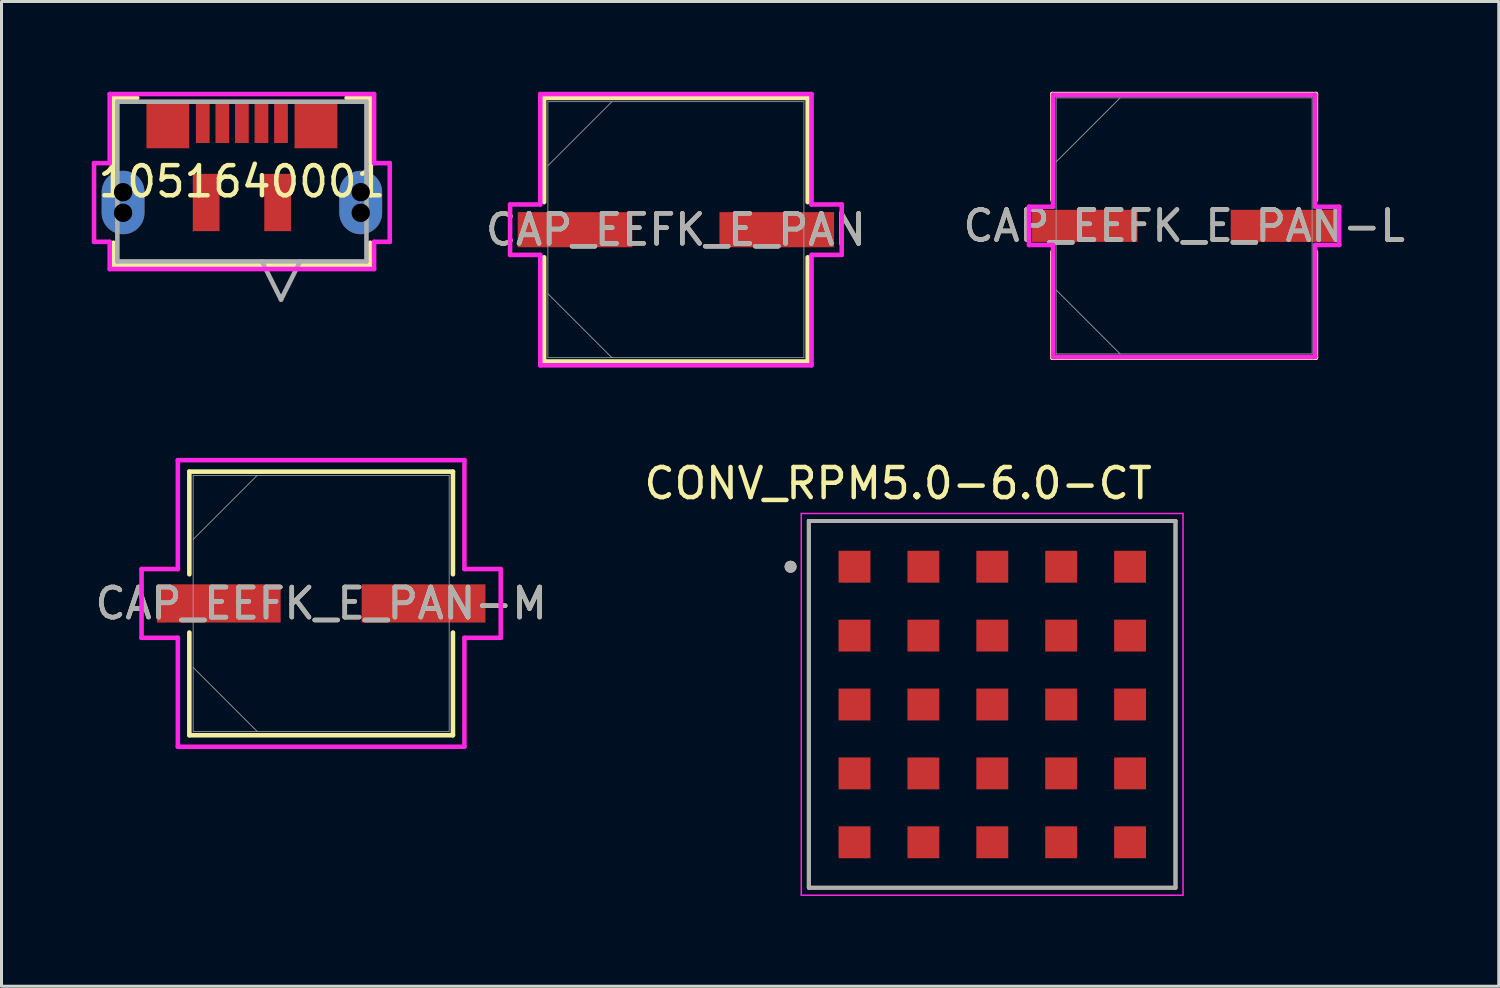
<source format=kicad_pcb>
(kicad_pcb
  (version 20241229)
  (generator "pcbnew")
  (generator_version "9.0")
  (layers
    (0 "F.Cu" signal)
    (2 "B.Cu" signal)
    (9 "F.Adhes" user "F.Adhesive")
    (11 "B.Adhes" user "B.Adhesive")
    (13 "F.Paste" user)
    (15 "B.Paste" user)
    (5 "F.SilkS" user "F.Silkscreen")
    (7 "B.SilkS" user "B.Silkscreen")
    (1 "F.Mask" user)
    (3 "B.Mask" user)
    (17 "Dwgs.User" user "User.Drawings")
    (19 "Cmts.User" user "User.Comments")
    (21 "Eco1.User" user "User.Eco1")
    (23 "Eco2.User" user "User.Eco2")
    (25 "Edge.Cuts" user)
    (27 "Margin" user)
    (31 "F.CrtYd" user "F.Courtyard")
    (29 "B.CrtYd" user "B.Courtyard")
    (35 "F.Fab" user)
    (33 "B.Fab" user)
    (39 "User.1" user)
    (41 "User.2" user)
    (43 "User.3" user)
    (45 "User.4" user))
  (footprint "CAP_EEFK_E_PAN"
    (layer "F.Cu")
    (at 19.417 4.585)
    (property "Reference" "CAP_EEFK_E_PAN" (at 0 0 0) (unlocked yes) (layer "F.SilkS") (effects (font (size 1 1) (thickness 0.15))))
    (attr smd)
    (fp_line (start -4.381 -4.381) (end -4.381 -0.917) (stroke (width 0.152) (type solid)) (layer "F.SilkS"))
    (fp_line (start -4.381 0.917) (end -4.381 4.381) (stroke (width 0.152) (type solid)) (layer "F.SilkS"))
    (fp_line (start -4.381 4.381) (end 4.381 4.381) (stroke (width 0.152) (type solid)) (layer "F.SilkS"))
    (fp_line (start 4.381 -4.381) (end -4.381 -4.381) (stroke (width 0.152) (type solid)) (layer "F.SilkS"))
    (fp_line (start 4.381 -0.917) (end 4.381 -4.381) (stroke (width 0.152) (type solid)) (layer "F.SilkS"))
    (fp_line (start 4.381 4.381) (end 4.381 0.917) (stroke (width 0.152) (type solid)) (layer "F.SilkS"))
    (fp_line (start -5.512 -0.838) (end -4.508 -0.838) (stroke (width 0.152) (type solid)) (layer "F.CrtYd"))
    (fp_line (start -5.512 0.838) (end -5.512 -0.838) (stroke (width 0.152) (type solid)) (layer "F.CrtYd"))
    (fp_line (start -4.508 -4.508) (end 4.508 -4.508) (stroke (width 0.152) (type solid)) (layer "F.CrtYd"))
    (fp_line (start -4.508 -0.838) (end -4.508 -4.508) (stroke (width 0.152) (type solid)) (layer "F.CrtYd"))
    (fp_line (start -4.508 0.838) (end -5.512 0.838) (stroke (width 0.152) (type solid)) (layer "F.CrtYd"))
    (fp_line (start -4.508 4.508) (end -4.508 0.838) (stroke (width 0.152) (type solid)) (layer "F.CrtYd"))
    (fp_line (start 4.508 -4.508) (end 4.508 -0.838) (stroke (width 0.152) (type solid)) (layer "F.CrtYd"))
    (fp_line (start 4.508 -0.838) (end 5.512 -0.838) (stroke (width 0.152) (type solid)) (layer "F.CrtYd"))
    (fp_line (start 4.508 0.838) (end 4.508 4.508) (stroke (width 0.152) (type solid)) (layer "F.CrtYd"))
    (fp_line (start 4.508 4.508) (end -4.508 4.508) (stroke (width 0.152) (type solid)) (layer "F.CrtYd"))
    (fp_line (start 5.512 -0.838) (end 5.512 0.838) (stroke (width 0.152) (type solid)) (layer "F.CrtYd"))
    (fp_line (start 5.512 0.838) (end 4.508 0.838) (stroke (width 0.152) (type solid)) (layer "F.CrtYd"))
    (fp_line (start -4.255 -4.255) (end -4.255 4.255) (stroke (width 0.025) (type solid)) (layer "F.Fab"))
    (fp_line (start -4.255 -2.127) (end -2.127 -4.255) (stroke (width 0.025) (type solid)) (layer "F.Fab"))
    (fp_line (start -4.255 2.127) (end -2.127 4.255) (stroke (width 0.025) (type solid)) (layer "F.Fab"))
    (fp_line (start -4.255 4.255) (end 4.255 4.255) (stroke (width 0.025) (type solid)) (layer "F.Fab"))
    (fp_line (start 4.255 -4.255) (end -4.255 -4.255) (stroke (width 0.025) (type solid)) (layer "F.Fab"))
    (fp_line (start 4.255 4.255) (end 4.255 -4.255) (stroke (width 0.025) (type solid)) (layer "F.Fab"))
    (fp_text user "${REFERENCE}" (at 0 0 0) (unlocked yes) (layer "F.Fab") (effects (font (size 1 1) (thickness 0.15))))
    (pad "1" smd rect (at -3.353 0) (size 3.81 1.168) (layers "F.Cu" "F.Mask" "F.Paste"))
    (pad "2" smd rect (at 3.353 0) (size 3.81 1.168) (layers "F.Cu" "F.Mask" "F.Paste"))
    (zone (net_name "") (layer "F.Cu") (hatch full 0.508) (connect_pads) (min_thickness 0.254) (filled_areas_thickness no) (keepout (tracks not_allowed) (vias not_allowed) (pads allowed) (copperpour not_allowed) (footprints allowed)) (placement (enabled no)) (fill) (polygon (pts (xy 15.214 0.381) (xy 23.621 0.381) (xy 23.621 3.95) (xy 15.214 3.95))))
    (zone (net_name "") (layer "F.Cu") (hatch full 0.508) (connect_pads) (min_thickness 0.254) (filled_areas_thickness no) (keepout (tracks not_allowed) (vias not_allowed) (pads allowed) (copperpour not_allowed) (footprints allowed)) (placement (enabled no)) (fill) (polygon (pts (xy 15.214 5.22) (xy 23.621 5.22) (xy 23.621 8.788) (xy 15.214 8.788))))
    (zone (net_name "") (layer "F.Cu") (hatch full 0.508) (connect_pads) (min_thickness 0.254) (filled_areas_thickness no) (keepout (tracks not_allowed) (vias not_allowed) (pads allowed) (copperpour not_allowed) (footprints allowed)) (placement (enabled no)) (fill) (polygon (pts (xy 18.02 3.95) (xy 20.814 3.95) (xy 20.814 5.22) (xy 18.02 5.22)))))
  (footprint "1051640001"
    (layer "F.Cu")
    (at 4.991 2.985)
    (property "Reference" "1051640001" (at 0 0 0) (layer "F.SilkS") (effects (font (size 1 1) (thickness 0.15))))
    (attr through_hole)
    (fp_line (start -4.267 -2.781) (end -4.267 -0.642) (stroke (width 0.152) (type solid)) (layer "F.SilkS"))
    (fp_line (start -4.267 2.033) (end -4.267 2.781) (stroke (width 0.152) (type solid)) (layer "F.SilkS"))
    (fp_line (start -4.267 2.781) (end 4.267 2.781) (stroke (width 0.152) (type solid)) (layer "F.SilkS"))
    (fp_line (start -3.481 -2.781) (end -4.267 -2.781) (stroke (width 0.152) (type solid)) (layer "F.SilkS"))
    (fp_line (start 4.267 -2.781) (end 3.481 -2.781) (stroke (width 0.152) (type solid)) (layer "F.SilkS"))
    (fp_line (start 4.267 -0.642) (end 4.267 -2.781) (stroke (width 0.152) (type solid)) (layer "F.SilkS"))
    (fp_line (start 4.267 2.781) (end 4.267 2.033) (stroke (width 0.152) (type solid)) (layer "F.SilkS"))
    (fp_line (start -4.915 -0.612) (end -4.915 2.004) (stroke (width 0.152) (type solid)) (layer "F.CrtYd"))
    (fp_line (start -4.915 2.004) (end -4.394 2.004) (stroke (width 0.152) (type solid)) (layer "F.CrtYd"))
    (fp_line (start -4.394 -2.908) (end -4.394 -0.612) (stroke (width 0.152) (type solid)) (layer "F.CrtYd"))
    (fp_line (start -4.394 -0.612) (end -4.915 -0.612) (stroke (width 0.152) (type solid)) (layer "F.CrtYd"))
    (fp_line (start -4.394 2.004) (end -4.394 2.908) (stroke (width 0.152) (type solid)) (layer "F.CrtYd"))
    (fp_line (start -4.394 2.908) (end 4.394 2.908) (stroke (width 0.152) (type solid)) (layer "F.CrtYd"))
    (fp_line (start 4.394 -2.908) (end -4.394 -2.908) (stroke (width 0.152) (type solid)) (layer "F.CrtYd"))
    (fp_line (start 4.394 -0.612) (end 4.394 -2.908) (stroke (width 0.152) (type solid)) (layer "F.CrtYd"))
    (fp_line (start 4.394 2.004) (end 4.915 2.004) (stroke (width 0.152) (type solid)) (layer "F.CrtYd"))
    (fp_line (start 4.394 2.908) (end 4.394 2.004) (stroke (width 0.152) (type solid)) (layer "F.CrtYd"))
    (fp_line (start 4.915 -0.612) (end 4.394 -0.612) (stroke (width 0.152) (type solid)) (layer "F.CrtYd"))
    (fp_line (start 4.915 2.004) (end 4.915 -0.612) (stroke (width 0.152) (type solid)) (layer "F.CrtYd"))
    (fp_line (start -4.14 -2.654) (end -4.14 2.654) (stroke (width 0.152) (type solid)) (layer "F.Fab"))
    (fp_line (start -4.14 2.654) (end 4.14 2.654) (stroke (width 0.152) (type solid)) (layer "F.Fab"))
    (fp_line (start 0.665 2.654) (end 1.3 3.924) (stroke (width 0.152) (type solid)) (layer "F.Fab"))
    (fp_line (start 1.935 2.654) (end 1.3 3.924) (stroke (width 0.152) (type solid)) (layer "F.Fab"))
    (fp_line (start 4.14 -2.654) (end -4.14 -2.654) (stroke (width 0.152) (type solid)) (layer "F.Fab"))
    (fp_line (start 4.14 2.654) (end 4.14 -2.654) (stroke (width 0.152) (type solid)) (layer "F.Fab"))
    (fp_text user "Copyright 2016 Accelerated Designs. All rights reserved." (at 0 0 0) (layer "Cmts.User") (effects (font (size 0.127 0.127) (thickness 0.002))))
    (pad "" np_thru_hole circle (at -3.95 0.353) (size 0.61 0.61) (drill 0.61) (layers))
    (pad "" np_thru_hole circle (at -3.95 1.039) (size 0.61 0.61) (drill 0.61) (layers))
    (pad "" np_thru_hole circle (at 3.95 0.353) (size 0.61 0.61) (drill 0.61) (layers))
    (pad "" np_thru_hole circle (at 3.95 1.039) (size 0.61 0.61) (drill 0.61) (layers))
    (pad "1" smd rect (at 1.3 -1.968) (size 0.457 1.372) (layers "F.Cu" "F.Mask" "F.Paste"))
    (pad "2" smd rect (at 0.65 -1.968) (size 0.457 1.372) (layers "F.Cu" "F.Mask" "F.Paste"))
    (pad "3" smd rect (at 0 -1.968) (size 0.457 1.372) (layers "F.Cu" "F.Mask" "F.Paste"))
    (pad "4" smd rect (at -0.65 -1.968) (size 0.457 1.372) (layers "F.Cu" "F.Mask" "F.Paste"))
    (pad "5" smd rect (at -1.3 -1.968) (size 0.457 1.372) (layers "F.Cu" "F.Mask" "F.Paste"))
    (pad "6" smd rect (at -2.462 -1.88 90) (size 1.549 1.422) (layers "F.Cu" "F.Mask" "F.Paste"))
    (pad "7" smd rect (at 2.462 -1.88 90) (size 1.549 1.422) (layers "F.Cu" "F.Mask" "F.Paste"))
    (pad "8" smd rect (at -1.188 0.696) (size 0.889 1.905) (layers "F.Cu" "F.Mask" "F.Paste"))
    (pad "9" smd rect (at 1.188 0.696) (size 0.889 1.905) (layers "F.Cu" "F.Mask" "F.Paste"))
    (pad "10" thru_hole oval (at -3.95 0.696 90) (size 2.108 1.422) (drill 0.025) (layers "*.Cu" "*.Mask"))
    (pad "11" thru_hole oval (at 3.95 0.696 90) (size 2.108 1.422) (drill 0.025) (layers "*.Cu" "*.Mask")))
  (footprint "CONV_RPM5.0-6.0-CT"
    (layer "F.Cu")
    (at 29.929 20.363)
    (property "Reference" "CONV_RPM5.0-6.0-CT" (at -3.125 -7.345 0) (layer "F.SilkS") (effects (font (size 1 1) (thickness 0.15))))
    (attr smd)
    (fp_line (start -6.095 -6.095) (end -6.095 6.095) (stroke (width 0.127) (type solid)) (layer "F.SilkS"))
    (fp_line (start -6.095 6.095) (end 6.095 6.095) (stroke (width 0.127) (type solid)) (layer "F.SilkS"))
    (fp_line (start 6.095 -6.095) (end -6.095 -6.095) (stroke (width 0.127) (type solid)) (layer "F.SilkS"))
    (fp_line (start 6.095 6.095) (end 6.095 -6.095) (stroke (width 0.127) (type solid)) (layer "F.SilkS"))
    (fp_circle (center -6.7 -4.575) (end -6.6 -4.575) (stroke (width 0.2) (type solid)) (fill no) (layer "F.SilkS"))
    (fp_line (start -6.345 -6.345) (end 6.345 -6.345) (stroke (width 0.05) (type solid)) (layer "F.CrtYd"))
    (fp_line (start -6.345 6.345) (end -6.345 -6.345) (stroke (width 0.05) (type solid)) (layer "F.CrtYd"))
    (fp_line (start 6.345 -6.345) (end 6.345 6.345) (stroke (width 0.05) (type solid)) (layer "F.CrtYd"))
    (fp_line (start 6.345 6.345) (end -6.345 6.345) (stroke (width 0.05) (type solid)) (layer "F.CrtYd"))
    (fp_line (start -6.095 -6.095) (end 6.095 -6.095) (stroke (width 0.127) (type solid)) (layer "F.Fab"))
    (fp_line (start -6.095 6.095) (end -6.095 -6.095) (stroke (width 0.127) (type solid)) (layer "F.Fab"))
    (fp_line (start 6.095 -6.095) (end 6.095 6.095) (stroke (width 0.127) (type solid)) (layer "F.Fab"))
    (fp_line (start 6.095 6.095) (end -6.095 6.095) (stroke (width 0.127) (type solid)) (layer "F.Fab"))
    (fp_circle (center -6.7 -4.575) (end -6.6 -4.575) (stroke (width 0.2) (type solid)) (fill no) (layer "F.Fab"))
    (pad "A1" smd rect (at -4.575 -4.575) (size 1.06 1.06) (layers "F.Cu" "F.Mask" "F.Paste"))
    (pad "A2" smd rect (at -2.285 -4.575) (size 1.06 1.06) (layers "F.Cu" "F.Mask" "F.Paste"))
    (pad "A3" smd rect (at 0.005 -4.575) (size 1.06 1.06) (layers "F.Cu" "F.Mask" "F.Paste"))
    (pad "A4" smd rect (at 2.295 -4.575) (size 1.06 1.06) (layers "F.Cu" "F.Mask" "F.Paste"))
    (pad "A5" smd rect (at 4.585 -4.575) (size 1.06 1.06) (layers "F.Cu" "F.Mask" "F.Paste"))
    (pad "B1" smd rect (at -4.575 -2.285) (size 1.06 1.06) (layers "F.Cu" "F.Mask" "F.Paste"))
    (pad "B2" smd rect (at -2.285 -2.285) (size 1.06 1.06) (layers "F.Cu" "F.Mask" "F.Paste"))
    (pad "B3" smd rect (at 0.005 -2.285) (size 1.06 1.06) (layers "F.Cu" "F.Mask" "F.Paste"))
    (pad "B4" smd rect (at 2.295 -2.285) (size 1.06 1.06) (layers "F.Cu" "F.Mask" "F.Paste"))
    (pad "B5" smd rect (at 4.585 -2.285) (size 1.06 1.06) (layers "F.Cu" "F.Mask" "F.Paste"))
    (pad "C1" smd rect (at -4.575 0.005) (size 1.06 1.06) (layers "F.Cu" "F.Mask" "F.Paste"))
    (pad "C2" smd rect (at -2.285 0.005) (size 1.06 1.06) (layers "F.Cu" "F.Mask" "F.Paste"))
    (pad "C3" smd rect (at 0.005 0.005) (size 1.06 1.06) (layers "F.Cu" "F.Mask" "F.Paste"))
    (pad "C4" smd rect (at 2.295 0.005) (size 1.06 1.06) (layers "F.Cu" "F.Mask" "F.Paste"))
    (pad "C5" smd rect (at 4.585 0.005) (size 1.06 1.06) (layers "F.Cu" "F.Mask" "F.Paste"))
    (pad "D1" smd rect (at -4.575 2.295) (size 1.06 1.06) (layers "F.Cu" "F.Mask" "F.Paste"))
    (pad "D2" smd rect (at -2.285 2.295) (size 1.06 1.06) (layers "F.Cu" "F.Mask" "F.Paste"))
    (pad "D3" smd rect (at 0.005 2.295) (size 1.06 1.06) (layers "F.Cu" "F.Mask" "F.Paste"))
    (pad "D4" smd rect (at 2.295 2.295) (size 1.06 1.06) (layers "F.Cu" "F.Mask" "F.Paste"))
    (pad "D5" smd rect (at 4.585 2.295) (size 1.06 1.06) (layers "F.Cu" "F.Mask" "F.Paste"))
    (pad "E1" smd rect (at -4.575 4.585) (size 1.06 1.06) (layers "F.Cu" "F.Mask" "F.Paste"))
    (pad "E2" smd rect (at -2.285 4.585) (size 1.06 1.06) (layers "F.Cu" "F.Mask" "F.Paste"))
    (pad "E3" smd rect (at 0.005 4.585) (size 1.06 1.06) (layers "F.Cu" "F.Mask" "F.Paste"))
    (pad "E4" smd rect (at 2.295 4.585) (size 1.06 1.06) (layers "F.Cu" "F.Mask" "F.Paste"))
    (pad "E5" smd rect (at 4.585 4.585) (size 1.06 1.06) (layers "F.Cu" "F.Mask" "F.Paste")))
  (footprint "CAP_EEFK_E_PAN-M"
    (layer "F.Cu")
    (at 7.625 17.008)
    (property "Reference" "CAP_EEFK_E_PAN-M" (at 0 0 0) (unlocked yes) (layer "F.SilkS") (effects (font (size 1 1) (thickness 0.15))))
    (attr smd)
    (fp_line (start -4.381 -4.381) (end -4.381 -0.968) (stroke (width 0.152) (type solid)) (layer "F.SilkS"))
    (fp_line (start -4.381 0.968) (end -4.381 4.381) (stroke (width 0.152) (type solid)) (layer "F.SilkS"))
    (fp_line (start -4.381 4.381) (end 4.381 4.381) (stroke (width 0.152) (type solid)) (layer "F.SilkS"))
    (fp_line (start 4.381 -4.381) (end -4.381 -4.381) (stroke (width 0.152) (type solid)) (layer "F.SilkS"))
    (fp_line (start 4.381 -0.968) (end 4.381 -4.381) (stroke (width 0.152) (type solid)) (layer "F.SilkS"))
    (fp_line (start 4.381 4.381) (end 4.381 0.968) (stroke (width 0.152) (type solid)) (layer "F.SilkS"))
    (fp_line (start -5.969 -1.143) (end -4.763 -1.143) (stroke (width 0.152) (type solid)) (layer "F.CrtYd"))
    (fp_line (start -5.969 1.143) (end -5.969 -1.143) (stroke (width 0.152) (type solid)) (layer "F.CrtYd"))
    (fp_line (start -4.763 -4.763) (end 4.763 -4.763) (stroke (width 0.152) (type solid)) (layer "F.CrtYd"))
    (fp_line (start -4.763 -1.143) (end -4.763 -4.763) (stroke (width 0.152) (type solid)) (layer "F.CrtYd"))
    (fp_line (start -4.763 1.143) (end -5.969 1.143) (stroke (width 0.152) (type solid)) (layer "F.CrtYd"))
    (fp_line (start -4.763 4.763) (end -4.763 1.143) (stroke (width 0.152) (type solid)) (layer "F.CrtYd"))
    (fp_line (start 4.763 -4.763) (end 4.763 -1.143) (stroke (width 0.152) (type solid)) (layer "F.CrtYd"))
    (fp_line (start 4.763 -1.143) (end 5.969 -1.143) (stroke (width 0.152) (type solid)) (layer "F.CrtYd"))
    (fp_line (start 4.763 1.143) (end 4.763 4.763) (stroke (width 0.152) (type solid)) (layer "F.CrtYd"))
    (fp_line (start 4.763 4.763) (end -4.763 4.763) (stroke (width 0.152) (type solid)) (layer "F.CrtYd"))
    (fp_line (start 5.969 -1.143) (end 5.969 1.143) (stroke (width 0.152) (type solid)) (layer "F.CrtYd"))
    (fp_line (start 5.969 1.143) (end 4.763 1.143) (stroke (width 0.152) (type solid)) (layer "F.CrtYd"))
    (fp_line (start -4.255 -4.255) (end -4.255 4.255) (stroke (width 0.025) (type solid)) (layer "F.Fab"))
    (fp_line (start -4.255 -2.127) (end -2.127 -4.255) (stroke (width 0.025) (type solid)) (layer "F.Fab"))
    (fp_line (start -4.255 2.127) (end -2.127 4.255) (stroke (width 0.025) (type solid)) (layer "F.Fab"))
    (fp_line (start -4.255 4.255) (end 4.255 4.255) (stroke (width 0.025) (type solid)) (layer "F.Fab"))
    (fp_line (start 4.255 -4.255) (end -4.255 -4.255) (stroke (width 0.025) (type solid)) (layer "F.Fab"))
    (fp_line (start 4.255 4.255) (end 4.255 -4.255) (stroke (width 0.025) (type solid)) (layer "F.Fab"))
    (fp_text user "${REFERENCE}" (at 0 0 0) (unlocked yes) (layer "F.Fab") (effects (font (size 1 1) (thickness 0.15))))
    (pad "1" smd rect (at -3.404 0) (size 4.115 1.27) (layers "F.Cu" "F.Mask" "F.Paste"))
    (pad "2" smd rect (at 3.404 0) (size 4.115 1.27) (layers "F.Cu" "F.Mask" "F.Paste"))
    (zone (net_name "") (layer "F.Cu") (hatch full 0.508) (connect_pads) (min_thickness 0.254) (filled_areas_thickness no) (keepout (tracks not_allowed) (vias not_allowed) (pads allowed) (copperpour not_allowed) (footprints allowed)) (placement (enabled no)) (fill) (polygon (pts (xy 3.421 12.804) (xy 11.829 12.804) (xy 11.829 16.322) (xy 3.421 16.322))))
    (zone (net_name "") (layer "F.Cu") (hatch full 0.508) (connect_pads) (min_thickness 0.254) (filled_areas_thickness no) (keepout (tracks not_allowed) (vias not_allowed) (pads allowed) (copperpour not_allowed) (footprints allowed)) (placement (enabled no)) (fill) (polygon (pts (xy 3.421 17.694) (xy 11.829 17.694) (xy 11.829 21.212) (xy 3.421 21.212))))
    (zone (net_name "") (layer "F.Cu") (hatch full 0.508) (connect_pads) (min_thickness 0.254) (filled_areas_thickness no) (keepout (tracks not_allowed) (vias not_allowed) (pads allowed) (copperpour not_allowed) (footprints allowed)) (placement (enabled no)) (fill) (polygon (pts (xy 6.33 16.322) (xy 8.92 16.322) (xy 8.92 17.694) (xy 6.33 17.694)))))
  (footprint "CAP_EEFK_E_PAN-L"
    (layer "F.Cu")
    (at 36.31 4.458)
    (property "Reference" "CAP_EEFK_E_PAN-L" (at 0 0 0) (unlocked yes) (layer "F.SilkS") (effects (font (size 1 1) (thickness 0.15))))
    (attr smd)
    (fp_line (start -4.381 -4.381) (end -4.381 -0.866) (stroke (width 0.152) (type solid)) (layer "F.SilkS"))
    (fp_line (start -4.381 0.866) (end -4.381 4.381) (stroke (width 0.152) (type solid)) (layer "F.SilkS"))
    (fp_line (start -4.381 4.381) (end 4.381 4.381) (stroke (width 0.152) (type solid)) (layer "F.SilkS"))
    (fp_line (start 4.381 -4.381) (end -4.381 -4.381) (stroke (width 0.152) (type solid)) (layer "F.SilkS"))
    (fp_line (start 4.381 -0.866) (end 4.381 -4.381) (stroke (width 0.152) (type solid)) (layer "F.SilkS"))
    (fp_line (start 4.381 4.381) (end 4.381 0.866) (stroke (width 0.152) (type solid)) (layer "F.SilkS"))
    (fp_line (start -5.156 -0.635) (end -4.356 -0.635) (stroke (width 0.152) (type solid)) (layer "F.CrtYd"))
    (fp_line (start -5.156 0.635) (end -5.156 -0.635) (stroke (width 0.152) (type solid)) (layer "F.CrtYd"))
    (fp_line (start -4.356 -4.356) (end 4.356 -4.356) (stroke (width 0.152) (type solid)) (layer "F.CrtYd"))
    (fp_line (start -4.356 -0.635) (end -4.356 -4.356) (stroke (width 0.152) (type solid)) (layer "F.CrtYd"))
    (fp_line (start -4.356 0.635) (end -5.156 0.635) (stroke (width 0.152) (type solid)) (layer "F.CrtYd"))
    (fp_line (start -4.356 4.356) (end -4.356 0.635) (stroke (width 0.152) (type solid)) (layer "F.CrtYd"))
    (fp_line (start 4.356 -4.356) (end 4.356 -0.635) (stroke (width 0.152) (type solid)) (layer "F.CrtYd"))
    (fp_line (start 4.356 -0.635) (end 5.156 -0.635) (stroke (width 0.152) (type solid)) (layer "F.CrtYd"))
    (fp_line (start 4.356 0.635) (end 4.356 4.356) (stroke (width 0.152) (type solid)) (layer "F.CrtYd"))
    (fp_line (start 4.356 4.356) (end -4.356 4.356) (stroke (width 0.152) (type solid)) (layer "F.CrtYd"))
    (fp_line (start 5.156 -0.635) (end 5.156 0.635) (stroke (width 0.152) (type solid)) (layer "F.CrtYd"))
    (fp_line (start 5.156 0.635) (end 4.356 0.635) (stroke (width 0.152) (type solid)) (layer "F.CrtYd"))
    (fp_line (start -4.255 -4.255) (end -4.255 4.255) (stroke (width 0.025) (type solid)) (layer "F.Fab"))
    (fp_line (start -4.255 -2.127) (end -2.127 -4.255) (stroke (width 0.025) (type solid)) (layer "F.Fab"))
    (fp_line (start -4.255 2.127) (end -2.127 4.255) (stroke (width 0.025) (type solid)) (layer "F.Fab"))
    (fp_line (start -4.255 4.255) (end 4.255 4.255) (stroke (width 0.025) (type solid)) (layer "F.Fab"))
    (fp_line (start 4.255 -4.255) (end -4.255 -4.255) (stroke (width 0.025) (type solid)) (layer "F.Fab"))
    (fp_line (start 4.255 4.255) (end 4.255 -4.255) (stroke (width 0.025) (type solid)) (layer "F.Fab"))
    (fp_text user "${REFERENCE}" (at 0 0 0) (unlocked yes) (layer "F.Fab") (effects (font (size 1 1) (thickness 0.15))))
    (pad "1" smd rect (at -3.302 0) (size 3.505 1.067) (layers "F.Cu" "F.Mask" "F.Paste"))
    (pad "2" smd rect (at 3.302 0) (size 3.505 1.067) (layers "F.Cu" "F.Mask" "F.Paste"))
    (zone (net_name "") (layer "F.Cu") (hatch full 0.508) (connect_pads) (min_thickness 0.254) (filled_areas_thickness no) (keepout (tracks not_allowed) (vias not_allowed) (pads allowed) (copperpour not_allowed) (footprints allowed)) (placement (enabled no)) (fill) (polygon (pts (xy 32.106 0.254) (xy 40.514 0.254) (xy 40.514 3.873) (xy 32.106 3.873))))
    (zone (net_name "") (layer "F.Cu") (hatch full 0.508) (connect_pads) (min_thickness 0.254) (filled_areas_thickness no) (keepout (tracks not_allowed) (vias not_allowed) (pads allowed) (copperpour not_allowed) (footprints allowed)) (placement (enabled no)) (fill) (polygon (pts (xy 32.106 5.042) (xy 40.514 5.042) (xy 40.514 8.661) (xy 32.106 8.661))))
    (zone (net_name "") (layer "F.Cu") (hatch full 0.508) (connect_pads) (min_thickness 0.254) (filled_areas_thickness no) (keepout (tracks not_allowed) (vias not_allowed) (pads allowed) (copperpour not_allowed) (footprints allowed)) (placement (enabled no)) (fill) (polygon (pts (xy 34.812 3.873) (xy 37.809 3.873) (xy 37.809 5.042) (xy 34.812 5.042)))))
  (gr_rect
    (start -3 -3)
    (end 46.769 29.733)
    (stroke (width 0.1) (type default))
    (fill no)
    (layer "Edge.Cuts")))
</source>
